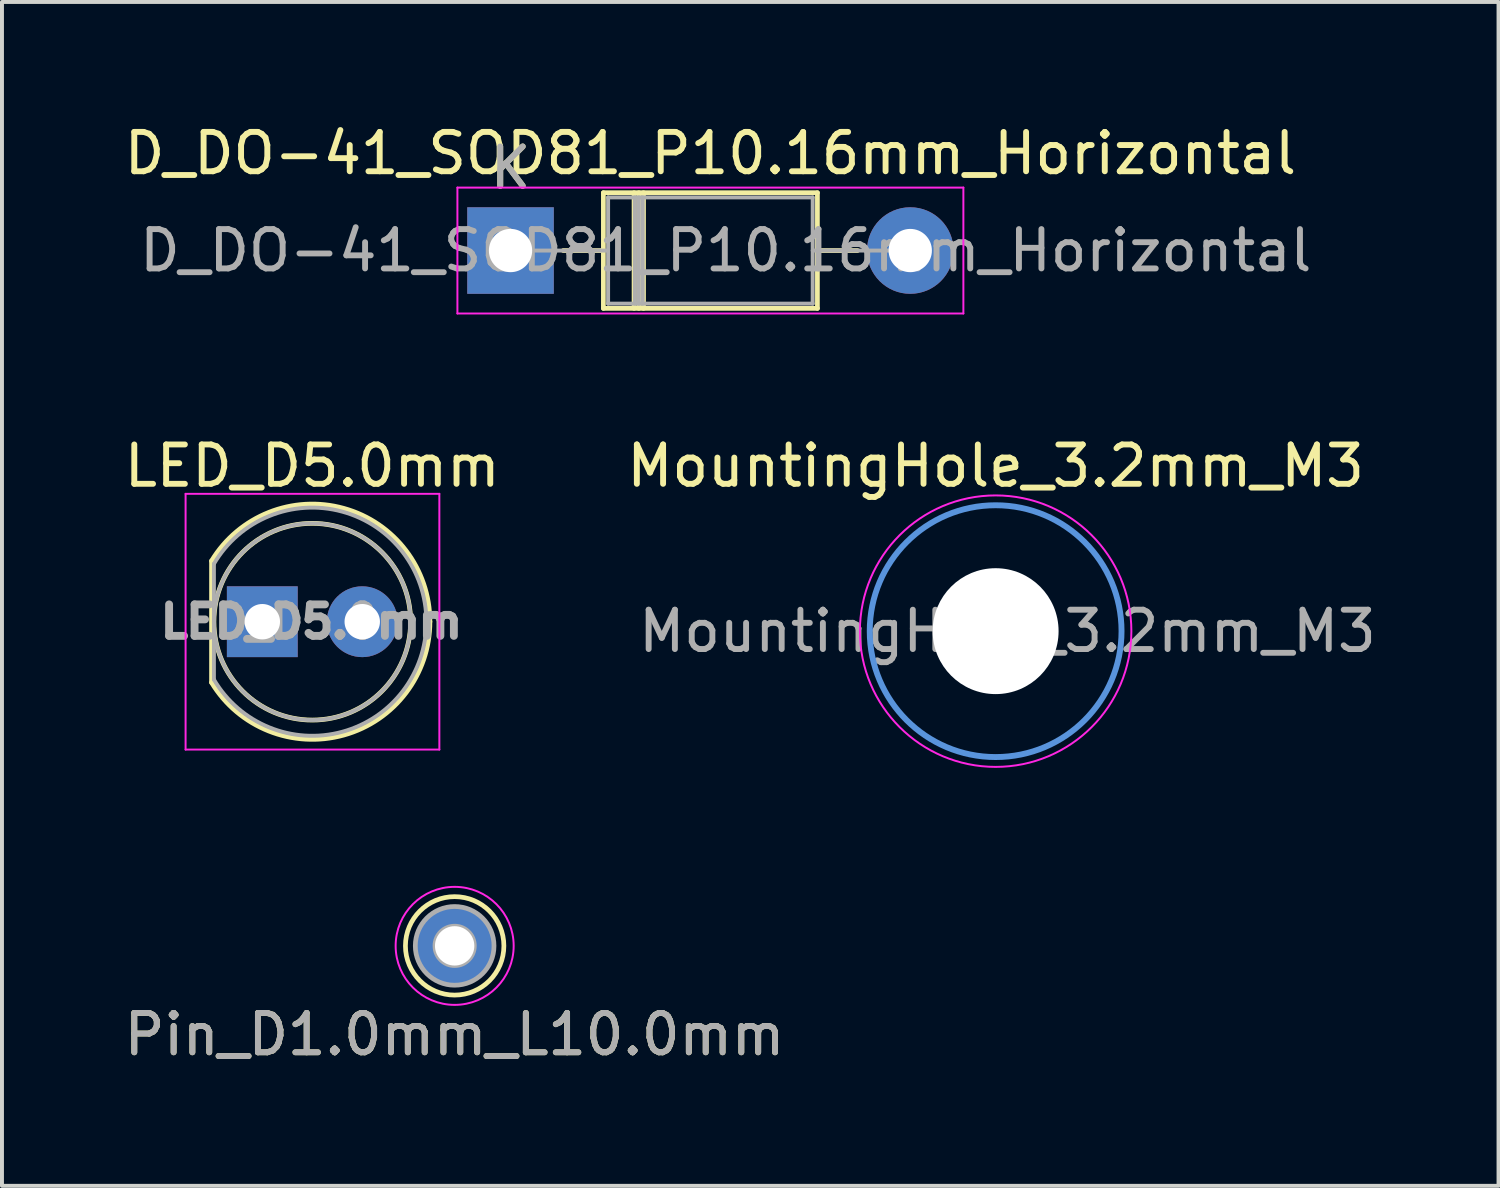
<source format=kicad_pcb>
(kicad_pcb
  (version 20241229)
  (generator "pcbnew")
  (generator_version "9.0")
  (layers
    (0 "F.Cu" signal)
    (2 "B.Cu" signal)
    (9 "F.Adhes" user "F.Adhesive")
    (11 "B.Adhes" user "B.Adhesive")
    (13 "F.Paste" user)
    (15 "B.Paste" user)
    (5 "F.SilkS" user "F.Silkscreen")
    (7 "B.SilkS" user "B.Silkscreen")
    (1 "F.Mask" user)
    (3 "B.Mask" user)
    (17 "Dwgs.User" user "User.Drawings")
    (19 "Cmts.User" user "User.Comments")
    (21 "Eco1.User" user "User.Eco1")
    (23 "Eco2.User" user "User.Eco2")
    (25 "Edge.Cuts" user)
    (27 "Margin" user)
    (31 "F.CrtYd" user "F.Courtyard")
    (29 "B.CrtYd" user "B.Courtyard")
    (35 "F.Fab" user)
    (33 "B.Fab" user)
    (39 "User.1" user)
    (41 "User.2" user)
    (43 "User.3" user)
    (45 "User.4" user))
  (footprint "D_DO-41_SOD81_P10.16mm_Horizontal"
    (layer "F.Cu")
    (at 9.926 3.318)
    (property "Reference" "D_DO-41_SOD81_P10.16mm_Horizontal" (at 5.08 -2.47 0) (layer "F.SilkS") (effects (font (size 1 1) (thickness 0.15))))
    (attr through_hole)
    (fp_line (start 1.34 0) (end 2.36 0) (stroke (width 0.12) (type solid)) (layer "F.SilkS"))
    (fp_line (start 2.36 -1.47) (end 2.36 1.47) (stroke (width 0.12) (type solid)) (layer "F.SilkS"))
    (fp_line (start 2.36 1.47) (end 7.8 1.47) (stroke (width 0.12) (type solid)) (layer "F.SilkS"))
    (fp_line (start 3.14 -1.47) (end 3.14 1.47) (stroke (width 0.12) (type solid)) (layer "F.SilkS"))
    (fp_line (start 3.26 -1.47) (end 3.26 1.47) (stroke (width 0.12) (type solid)) (layer "F.SilkS"))
    (fp_line (start 3.38 -1.47) (end 3.38 1.47) (stroke (width 0.12) (type solid)) (layer "F.SilkS"))
    (fp_line (start 7.8 -1.47) (end 2.36 -1.47) (stroke (width 0.12) (type solid)) (layer "F.SilkS"))
    (fp_line (start 7.8 1.47) (end 7.8 -1.47) (stroke (width 0.12) (type solid)) (layer "F.SilkS"))
    (fp_line (start 8.82 0) (end 7.8 0) (stroke (width 0.12) (type solid)) (layer "F.SilkS"))
    (fp_line (start -1.35 -1.6) (end -1.35 1.6) (stroke (width 0.05) (type solid)) (layer "F.CrtYd"))
    (fp_line (start -1.35 1.6) (end 11.51 1.6) (stroke (width 0.05) (type solid)) (layer "F.CrtYd"))
    (fp_line (start 11.51 -1.6) (end -1.35 -1.6) (stroke (width 0.05) (type solid)) (layer "F.CrtYd"))
    (fp_line (start 11.51 1.6) (end 11.51 -1.6) (stroke (width 0.05) (type solid)) (layer "F.CrtYd"))
    (fp_line (start 0 0) (end 2.48 0) (stroke (width 0.1) (type solid)) (layer "F.Fab"))
    (fp_line (start 2.48 -1.35) (end 2.48 1.35) (stroke (width 0.1) (type solid)) (layer "F.Fab"))
    (fp_line (start 2.48 1.35) (end 7.68 1.35) (stroke (width 0.1) (type solid)) (layer "F.Fab"))
    (fp_line (start 3.16 -1.35) (end 3.16 1.35) (stroke (width 0.1) (type solid)) (layer "F.Fab"))
    (fp_line (start 3.26 -1.35) (end 3.26 1.35) (stroke (width 0.1) (type solid)) (layer "F.Fab"))
    (fp_line (start 3.36 -1.35) (end 3.36 1.35) (stroke (width 0.1) (type solid)) (layer "F.Fab"))
    (fp_line (start 7.68 -1.35) (end 2.48 -1.35) (stroke (width 0.1) (type solid)) (layer "F.Fab"))
    (fp_line (start 7.68 1.35) (end 7.68 -1.35) (stroke (width 0.1) (type solid)) (layer "F.Fab"))
    (fp_line (start 10.16 0) (end 7.68 0) (stroke (width 0.1) (type solid)) (layer "F.Fab"))
    (fp_text user "K" (at 0 -2.1 0) (layer "F.SilkS") (effects (font (size 1 1) (thickness 0.15))))
    (fp_text user "${REFERENCE}" (at 5.47 0 0) (layer "F.Fab") (effects (font (size 1 1) (thickness 0.15))))
    (fp_text user "K" (at 0 -2.1 0) (layer "F.Fab") (effects (font (size 1 1) (thickness 0.15))))
    (pad "1" thru_hole rect (at 0 0) (size 2.2 2.2) (drill 1.1) (layers "*.Cu" "*.Mask"))
    (pad "2" thru_hole oval (at 10.16 0) (size 2.2 2.2) (drill 1.1) (layers "*.Cu" "*.Mask")))
  (footprint "LED_D5.0mm"
    (layer "F.Cu")
    (at 3.617 12.752)
    (property "Reference" "LED_D5.0mm" (at 1.27 -3.96 0) (layer "F.SilkS") (effects (font (size 1 1) (thickness 0.15))))
    (attr through_hole)
    (fp_line (start -1.29 -1.545) (end -1.29 1.545) (stroke (width 0.12) (type solid)) (layer "F.SilkS"))
    (fp_arc (start -1.29 -1.54483) (mid 2.072002 -2.880433) (end 4.26 0.000462) (stroke (width 0.12) (type solid)) (layer "F.SilkS"))
    (fp_arc (start 4.26 -0.000462) (mid 2.072002 2.880433) (end -1.29 1.54483) (stroke (width 0.12) (type solid)) (layer "F.SilkS"))
    (fp_circle (center 1.27 0) (end 3.77 0) (stroke (width 0.12) (type solid)) (fill no) (layer "F.SilkS"))
    (fp_line (start -1.95 -3.25) (end -1.95 3.25) (stroke (width 0.05) (type solid)) (layer "F.CrtYd"))
    (fp_line (start -1.95 3.25) (end 4.5 3.25) (stroke (width 0.05) (type solid)) (layer "F.CrtYd"))
    (fp_line (start 4.5 -3.25) (end -1.95 -3.25) (stroke (width 0.05) (type solid)) (layer "F.CrtYd"))
    (fp_line (start 4.5 3.25) (end 4.5 -3.25) (stroke (width 0.05) (type solid)) (layer "F.CrtYd"))
    (fp_line (start -1.23 -1.47) (end -1.23 1.47) (stroke (width 0.1) (type solid)) (layer "F.Fab"))
    (fp_arc (start -1.23 -1.469694) (mid 4.17 0.000016) (end -1.230016 1.469666) (stroke (width 0.1) (type solid)) (layer "F.Fab"))
    (fp_circle (center 1.27 0) (end 3.77 0) (stroke (width 0.1) (type solid)) (fill no) (layer "F.Fab"))
    (fp_text user "${REFERENCE}" (at 1.25 0 0) (layer "F.Fab") (effects (font (size 0.8 0.8) (thickness 0.2))))
    (pad "1" thru_hole rect (at 0 0) (size 1.8 1.8) (drill 0.9) (layers "*.Cu" "*.Mask"))
    (pad "2" thru_hole circle (at 2.54 0) (size 1.8 1.8) (drill 0.9) (layers "*.Cu" "*.Mask")))
  (footprint "Pin_D1.0mm_L10.0mm"
    (layer "F.Cu")
    (at 8.506 20.991)
    (property "Reference" "Pin_D1.0mm_L10.0mm" (at 0 2.25 0) (layer "F.SilkS") (effects (font (size 1 1) (thickness 0.15))))
    (attr through_hole)
    (fp_circle (center 0 0) (end 1.25 0.05) (stroke (width 0.12) (type solid)) (fill no) (layer "F.SilkS"))
    (fp_circle (center 0 0) (end 1.5 0) (stroke (width 0.05) (type solid)) (fill no) (layer "F.CrtYd"))
    (fp_circle (center 0 0) (end 0.5 0) (stroke (width 0.12) (type solid)) (fill no) (layer "F.Fab"))
    (fp_circle (center 0 0) (end 1 0) (stroke (width 0.12) (type solid)) (fill no) (layer "F.Fab"))
    (fp_text user "${REFERENCE}" (at 0 2.25 0) (layer "F.Fab") (effects (font (size 1 1) (thickness 0.15))))
    (pad "1" thru_hole circle (at 0 0) (size 2 2) (drill 1) (layers "*.Cu" "*.Mask")))
  (footprint "MountingHole_3.2mm_M3"
    (layer "F.Cu")
    (at 22.256 12.992)
    (property "Reference" "MountingHole_3.2mm_M3" (at 0 -4.2 0) (layer "F.SilkS") (effects (font (size 1 1) (thickness 0.15))))
    (attr exclude_from_pos_files exclude_from_bom)
    (fp_circle (center 0 0) (end 3.2 0) (stroke (width 0.15) (type solid)) (fill no) (layer "Cmts.User"))
    (fp_circle (center 0 0) (end 3.45 0) (stroke (width 0.05) (type solid)) (fill no) (layer "F.CrtYd"))
    (fp_text user "${REFERENCE}" (at 0.3 0 0) (layer "F.Fab") (effects (font (size 1 1) (thickness 0.15))))
    (pad "" np_thru_hole circle (at 0 0) (size 3.2 3.2) (drill 3.2) (layers "*.Cu" "*.Mask")))
  (gr_rect
    (start -3 -3)
    (end 35.038 27.09)
    (stroke (width 0.1) (type default))
    (fill no)
    (layer "Edge.Cuts")))
</source>
